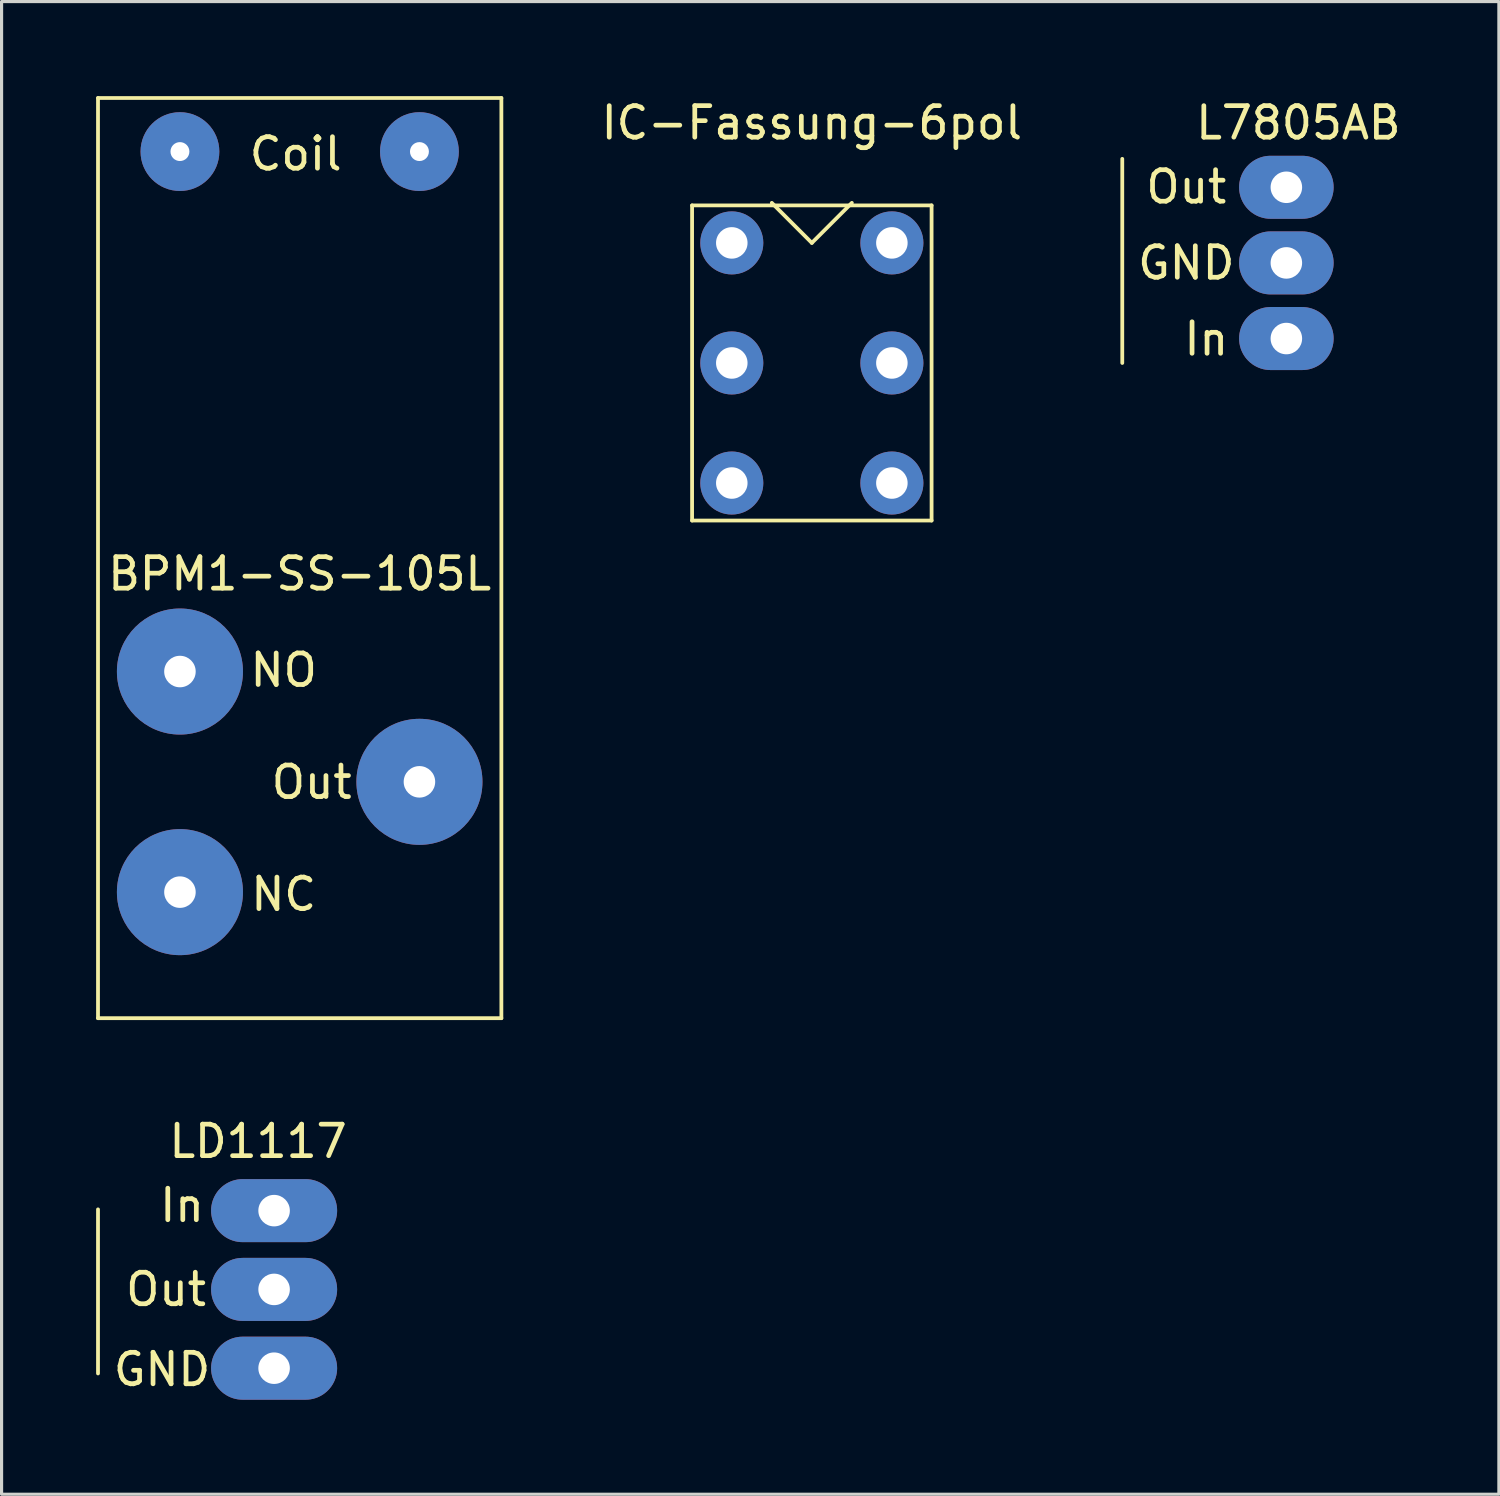
<source format=kicad_pcb>
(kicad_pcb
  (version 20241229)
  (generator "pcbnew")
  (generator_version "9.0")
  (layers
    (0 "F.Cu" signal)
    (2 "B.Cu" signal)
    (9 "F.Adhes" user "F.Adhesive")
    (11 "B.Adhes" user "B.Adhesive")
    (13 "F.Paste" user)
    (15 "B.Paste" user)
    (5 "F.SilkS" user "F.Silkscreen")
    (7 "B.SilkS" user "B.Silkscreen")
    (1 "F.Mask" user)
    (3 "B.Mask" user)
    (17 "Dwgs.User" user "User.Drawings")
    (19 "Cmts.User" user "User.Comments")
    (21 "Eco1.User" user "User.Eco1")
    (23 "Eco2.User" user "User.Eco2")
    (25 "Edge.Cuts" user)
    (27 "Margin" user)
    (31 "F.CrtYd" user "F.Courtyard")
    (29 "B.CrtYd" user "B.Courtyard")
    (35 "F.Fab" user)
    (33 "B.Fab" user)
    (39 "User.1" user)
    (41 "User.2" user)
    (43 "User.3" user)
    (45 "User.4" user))
  (footprint "LD1117"
    (layer "F.Cu")
    (at 5.648 37.867)
    (property "Reference" "LD1117" (at -0.508 -4.699 0) (layer "F.SilkS") (effects (font (size 1 1) (thickness 0.15))))
    (attr through_hole)
    (fp_line (start -5.588 -2.54) (end -5.588 2.667) (stroke (width 0.12) (type solid)) (layer "F.SilkS"))
    (fp_text user "GND" (at -3.556 2.54 0) (layer "F.SilkS") (effects (font (size 1 1) (thickness 0.15))))
    (fp_text user "In" (at -2.921 -2.667 0) (layer "F.SilkS") (effects (font (size 1 1) (thickness 0.15))))
    (fp_text user "Out" (at -3.429 0 0) (layer "F.SilkS") (effects (font (size 1 1) (thickness 0.15))))
    (pad "1" thru_hole oval (at 0 -2.5) (size 4 2) (drill 1) (layers "*.Cu" "*.Mask"))
    (pad "2" thru_hole oval (at 0 0) (size 4 2) (drill 1) (layers "*.Cu" "*.Mask"))
    (pad "3" thru_hole oval (at 0 2.5) (size 4 2) (drill 1) (layers "*.Cu" "*.Mask")))
  (footprint "L7805AB"
    (layer "F.Cu")
    (at 37.77 5.293)
    (property "Reference" "L7805AB" (at 0.381 -4.445 0) (layer "F.SilkS") (effects (font (size 1 1) (thickness 0.15))))
    (attr through_hole)
    (fp_line (start -5.207 -3.302) (end -5.207 3.175) (stroke (width 0.12) (type solid)) (layer "F.SilkS"))
    (fp_text user "GND" (at -3.175 0 0) (layer "F.SilkS") (effects (font (size 1 1) (thickness 0.15))))
    (fp_text user "Out" (at -3.175 -2.413 0) (layer "F.SilkS") (effects (font (size 1 1) (thickness 0.15))))
    (fp_text user "In" (at -2.54 2.413 0) (layer "F.SilkS") (effects (font (size 1 1) (thickness 0.15))))
    (pad "1" thru_hole oval (at 0 -2.4) (size 3 2) (drill 1) (layers "*.Cu" "*.Mask"))
    (pad "2" thru_hole oval (at 0 0) (size 3 2) (drill 1) (layers "*.Cu" "*.Mask"))
    (pad "3" thru_hole oval (at 0 2.4) (size 3 2) (drill 1) (layers "*.Cu" "*.Mask")))
  (footprint "IC-Fassung-6pol"
    (layer "F.Cu")
    (at 22.712 8.468)
    (property "Reference" "IC-Fassung-6pol" (at 0 -7.62 0) (layer "F.SilkS") (effects (font (size 1 1) (thickness 0.15))))
    (attr through_hole)
    (fp_line (start -3.8 -5) (end 3.8 -5) (stroke (width 0.12) (type solid)) (layer "F.SilkS"))
    (fp_line (start -3.8 5) (end -3.8 -5) (stroke (width 0.12) (type solid)) (layer "F.SilkS"))
    (fp_line (start -1.27 -5.08) (end 0 -3.81) (stroke (width 0.12) (type solid)) (layer "F.SilkS"))
    (fp_line (start 0 -3.81) (end 1.27 -5.08) (stroke (width 0.12) (type solid)) (layer "F.SilkS"))
    (fp_line (start 3.8 -5) (end 3.8 5) (stroke (width 0.12) (type solid)) (layer "F.SilkS"))
    (fp_line (start 3.8 5) (end -3.8 5) (stroke (width 0.12) (type solid)) (layer "F.SilkS"))
    (pad "1" thru_hole circle (at -2.54 -3.81) (size 2 2) (drill 1) (layers "*.Cu" "*.Mask"))
    (pad "2" thru_hole circle (at -2.54 0) (size 2 2) (drill 1) (layers "*.Cu" "*.Mask"))
    (pad "3" thru_hole circle (at -2.54 3.81) (size 2 2) (drill 1) (layers "*.Cu" "*.Mask"))
    (pad "4" thru_hole circle (at 2.54 -3.81) (size 2 2) (drill 1) (layers "*.Cu" "*.Mask"))
    (pad "5" thru_hole circle (at 2.54 0) (size 2 2) (drill 1) (layers "*.Cu" "*.Mask"))
    (pad "6" thru_hole circle (at 2.54 3.81) (size 2 2) (drill 1) (layers "*.Cu" "*.Mask")))
  (footprint "BPM1-SS-105L"
    (layer "F.Cu")
    (at 6.46 14.66)
    (property "Reference" "BPM1-SS-105L" (at 0 0.5 0) (layer "F.SilkS") (effects (font (size 1 1) (thickness 0.15))))
    (attr through_hole)
    (fp_line (start -6.4 -14.6) (end -6.4 14.6) (stroke (width 0.12) (type solid)) (layer "F.SilkS"))
    (fp_line (start -6.4 14.6) (end 6.4 14.6) (stroke (width 0.12) (type solid)) (layer "F.SilkS"))
    (fp_line (start 6.4 -14.6) (end -6.4 -14.6) (stroke (width 0.12) (type solid)) (layer "F.SilkS"))
    (fp_line (start 6.4 -14.6) (end 6.4 14.6) (stroke (width 0.12) (type solid)) (layer "F.SilkS"))
    (fp_text user "NC" (at -0.508 10.668 0) (layer "F.SilkS") (effects (font (size 1 1) (thickness 0.15))))
    (fp_text user "Out" (at 0.381 7.112 0) (layer "F.SilkS") (effects (font (size 1 1) (thickness 0.15))))
    (fp_text user "Coil" (at -0.127 -12.827 0) (layer "F.SilkS") (effects (font (size 1 1) (thickness 0.15))))
    (fp_text user "NO" (at -0.508 3.556 0) (layer "F.SilkS") (effects (font (size 1 1) (thickness 0.15))))
    (pad "1" thru_hole circle (at -3.8 -12.9) (size 2.5 2.5) (drill 0.6) (layers "*.Cu" "*.Mask"))
    (pad "2" thru_hole circle (at 3.8 -12.9) (size 2.5 2.5) (drill 0.6) (layers "*.Cu" "*.Mask"))
    (pad "3" thru_hole circle (at -3.8 3.6) (size 4 4) (drill 1) (layers "*.Cu" "*.Mask"))
    (pad "4" thru_hole circle (at -3.8 10.6) (size 4 4) (drill 1) (layers "*.Cu" "*.Mask"))
    (pad "5" thru_hole circle (at 3.8 7.1) (size 4 4) (drill 1) (layers "*.Cu" "*.Mask")))
  (gr_rect
    (start -3 -3)
    (end 44.514 44.367)
    (stroke (width 0.1) (type default))
    (fill no)
    (layer "Edge.Cuts")))
</source>
